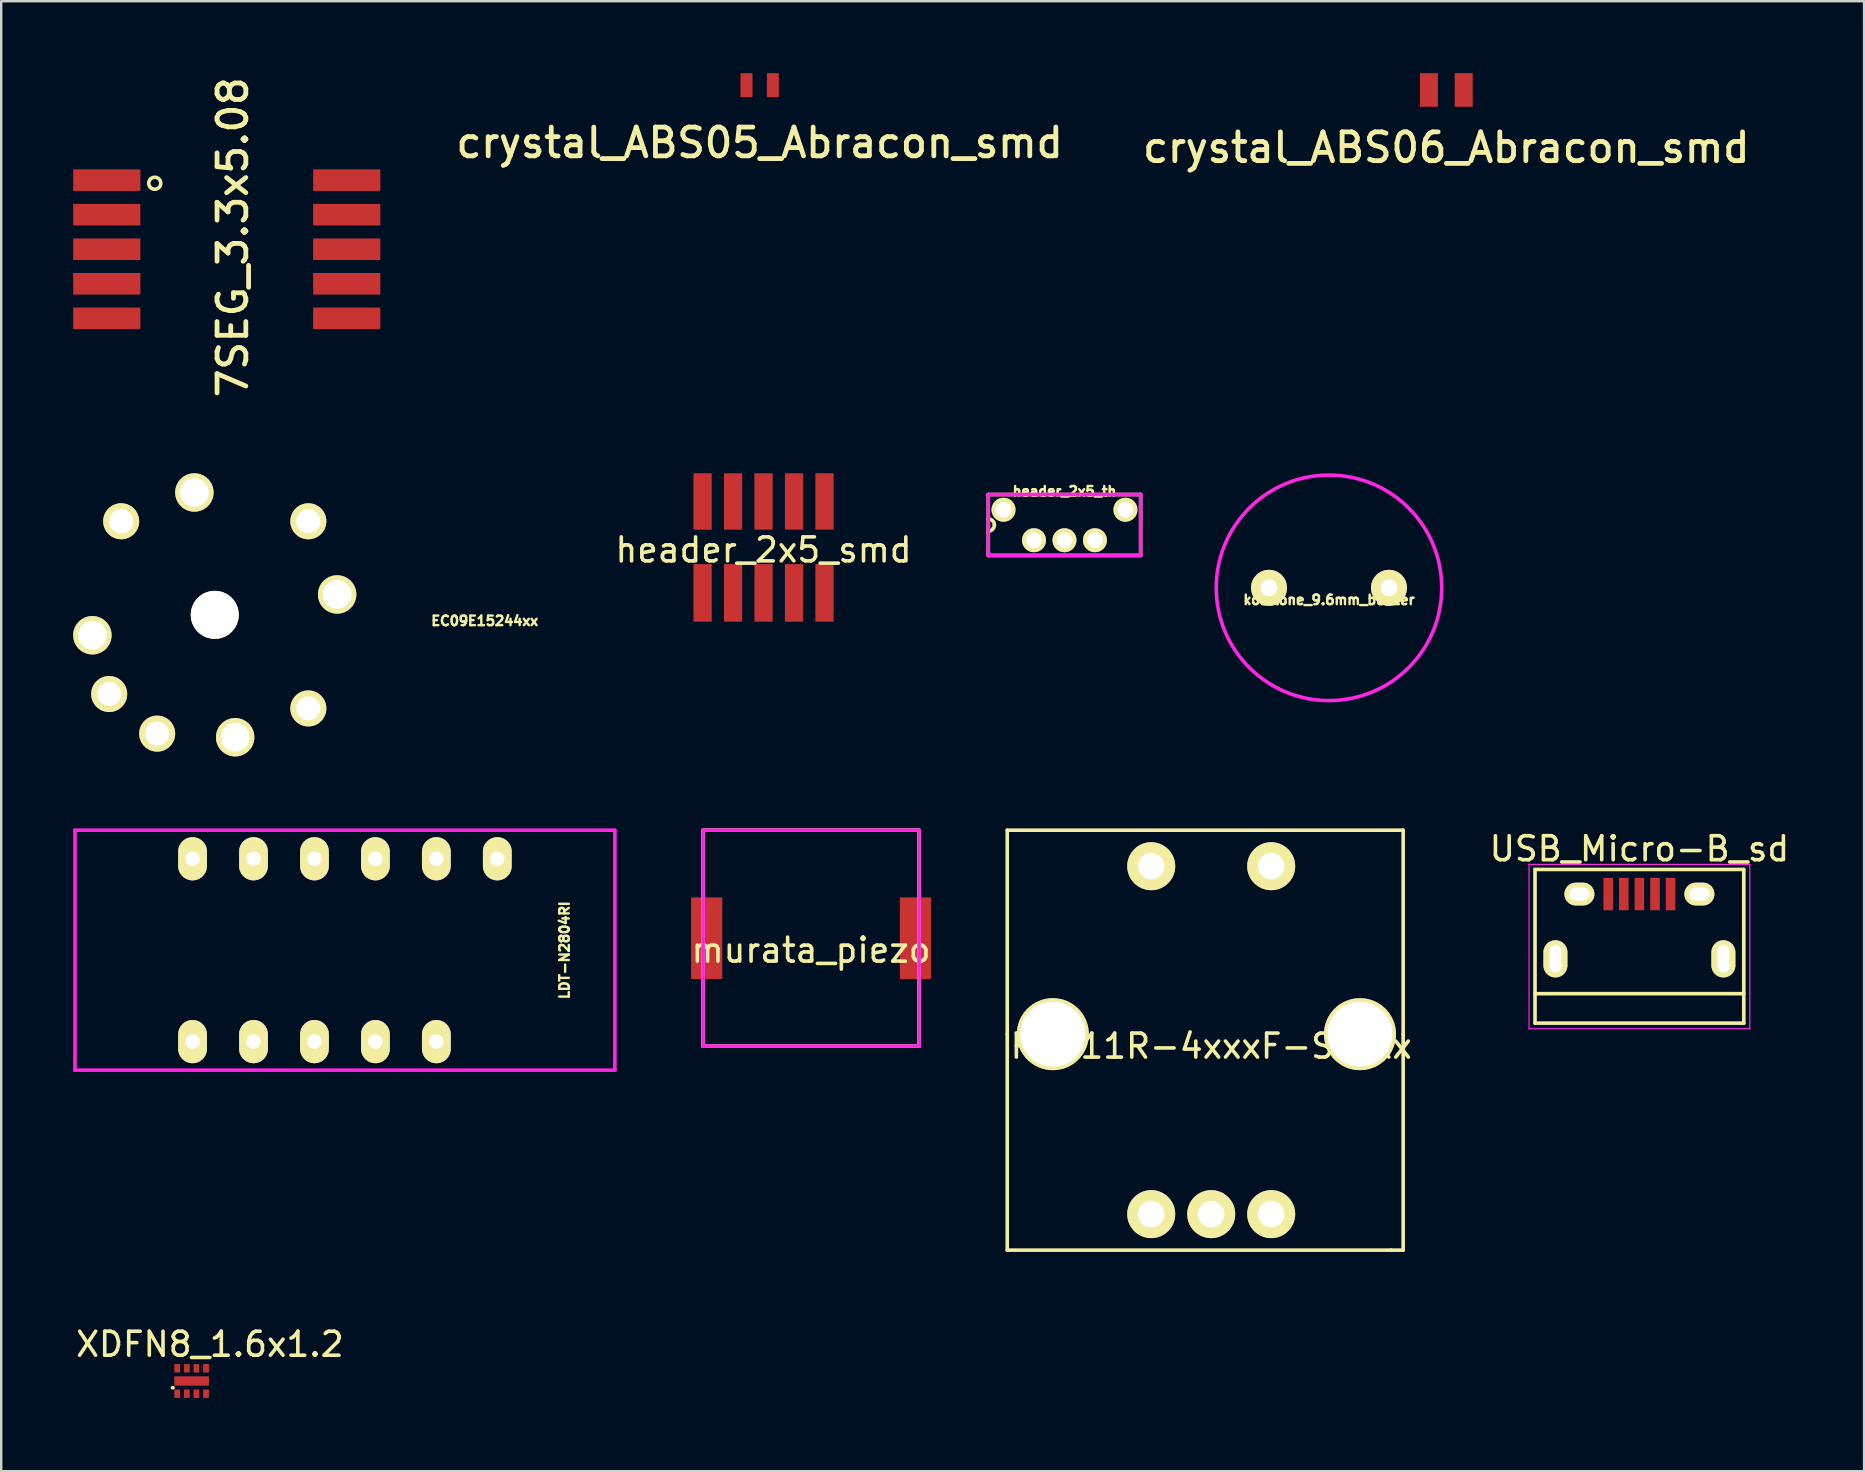
<source format=kicad_pcb>
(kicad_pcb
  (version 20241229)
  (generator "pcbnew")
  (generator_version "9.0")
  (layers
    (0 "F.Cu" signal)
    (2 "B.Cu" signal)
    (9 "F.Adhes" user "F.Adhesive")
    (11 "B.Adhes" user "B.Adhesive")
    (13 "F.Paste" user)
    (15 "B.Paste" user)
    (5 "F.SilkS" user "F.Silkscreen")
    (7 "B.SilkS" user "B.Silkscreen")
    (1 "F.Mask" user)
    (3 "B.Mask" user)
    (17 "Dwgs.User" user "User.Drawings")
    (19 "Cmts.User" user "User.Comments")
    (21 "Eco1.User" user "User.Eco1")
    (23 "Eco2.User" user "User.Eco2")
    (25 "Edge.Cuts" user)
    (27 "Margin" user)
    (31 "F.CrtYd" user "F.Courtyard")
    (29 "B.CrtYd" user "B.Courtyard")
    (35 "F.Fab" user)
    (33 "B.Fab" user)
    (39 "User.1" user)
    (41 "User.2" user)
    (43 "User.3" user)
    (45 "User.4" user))
  (footprint "7SEG_3.3x5.08"
    (layer "F.Cu")
    (at 6.4 7.337)
    (property "Reference" "7SEG_3.3x5.08" (at 0.25 -0.5 90) (layer "F.SilkS") (effects (font (size 1.2 1.2) (thickness 0.2))))
    (attr through_hole)
    (fp_circle (center -3 -2.75) (end -2.75 -2.75) (stroke (width 0.15) (type solid)) (fill no) (layer "F.SilkS"))
    (pad "1" smd rect (at -5 -2.88) (size 2.8 0.9) (layers "F.Cu" "F.Mask" "F.Paste"))
    (pad "2" smd rect (at -5 -1.44) (size 2.8 0.9) (layers "F.Cu" "F.Mask" "F.Paste"))
    (pad "3" smd rect (at -5 0) (size 2.8 0.9) (layers "F.Cu" "F.Mask" "F.Paste"))
    (pad "4" smd rect (at -5 1.44) (size 2.8 0.9) (layers "F.Cu" "F.Mask" "F.Paste"))
    (pad "5" smd rect (at -5 2.88) (size 2.8 0.9) (layers "F.Cu" "F.Mask" "F.Paste"))
    (pad "6" smd rect (at 5 2.88) (size 2.8 0.9) (layers "F.Cu" "F.Mask" "F.Paste"))
    (pad "7" smd rect (at 5 1.44) (size 2.8 0.9) (layers "F.Cu" "F.Mask" "F.Paste"))
    (pad "8" smd rect (at 5 0) (size 2.8 0.9) (layers "F.Cu" "F.Mask" "F.Paste"))
    (pad "9" smd rect (at 5 -1.44) (size 2.8 0.9) (layers "F.Cu" "F.Mask" "F.Paste"))
    (pad "10" smd rect (at 5 -2.88) (size 2.8 0.9) (layers "F.Cu" "F.Mask" "F.Paste")))
  (footprint "crystal_ABS05_Abracon_smd"
    (layer "F.Cu")
    (at 28.609 0.5)
    (property "Reference" "crystal_ABS05_Abracon_smd" (at 0 2.4 0) (layer "F.SilkS") (effects (font (size 1.2 1.2) (thickness 0.2))))
    (attr through_hole)
    (pad "1" smd rect (at -0.55 0) (size 0.5 1) (layers "F.Cu" "F.Mask" "F.Paste"))
    (pad "2" smd rect (at 0.55 0) (size 0.5 1) (layers "F.Cu" "F.Mask" "F.Paste")))
  (footprint "murata_piezo"
    (layer "F.Cu")
    (at 30.751 36.049)
    (property "Reference" "murata_piezo" (at 0 0.5 0) (layer "F.SilkS") (effects (font (size 1 1) (thickness 0.15))))
    (attr through_hole)
    (fp_line (start -4.5 -4.5) (end 4.5 -4.5) (stroke (width 0.15) (type solid)) (layer "F.SilkS"))
    (fp_line (start -4.5 4.5) (end -4.5 -4.5) (stroke (width 0.15) (type solid)) (layer "F.SilkS"))
    (fp_line (start -4.4 4.5) (end -4.5 4.5) (stroke (width 0.15) (type solid)) (layer "F.SilkS"))
    (fp_line (start 4.5 -4.5) (end 4.5 4.5) (stroke (width 0.15) (type solid)) (layer "F.SilkS"))
    (fp_line (start 4.5 4.5) (end -4.4 4.5) (stroke (width 0.15) (type solid)) (layer "F.SilkS"))
    (fp_line (start -4.5 -4.5) (end 4.5 -4.5) (stroke (width 0.15) (type solid)) (layer "F.CrtYd"))
    (fp_line (start -4.5 4.5) (end -4.5 -4.5) (stroke (width 0.15) (type solid)) (layer "F.CrtYd"))
    (fp_line (start 4.5 -4.5) (end 4.5 4.5) (stroke (width 0.15) (type solid)) (layer "F.CrtYd"))
    (fp_line (start 4.5 4.5) (end -4.5 4.5) (stroke (width 0.15) (type solid)) (layer "F.CrtYd"))
    (pad "1" smd rect (at -4.35 0) (size 1.3 3.4) (layers "F.Cu" "F.Mask" "F.Paste"))
    (pad "2" smd rect (at 4.35 0) (size 1.3 3.4) (layers "F.Cu" "F.Mask" "F.Paste")))
  (footprint "USB_Micro-B_sd"
    (layer "F.Cu")
    (at 65.273 35.773)
    (property "Reference" "USB_Micro-B_sd" (at 0 -3.45 0) (layer "F.SilkS") (effects (font (size 1 1) (thickness 0.15))))
    (attr smd)
    (fp_line (start -4.351 -2.588) (end 4.349 -2.588) (stroke (width 0.15) (type solid)) (layer "F.SilkS"))
    (fp_line (start -4.351 3.817) (end -4.351 -2.588) (stroke (width 0.15) (type solid)) (layer "F.SilkS"))
    (fp_line (start -4.351 3.817) (end 4.349 3.817) (stroke (width 0.15) (type solid)) (layer "F.SilkS"))
    (fp_line (start 4.349 -2.588) (end 4.349 3.817) (stroke (width 0.15) (type solid)) (layer "F.SilkS"))
    (fp_line (start 4.349 2.587) (end -4.351 2.587) (stroke (width 0.15) (type solid)) (layer "F.SilkS"))
    (fp_line (start -4.6 -2.8) (end 4.6 -2.8) (stroke (width 0.05) (type solid)) (layer "F.CrtYd"))
    (fp_line (start -4.6 4.05) (end -4.6 -2.8) (stroke (width 0.05) (type solid)) (layer "F.CrtYd"))
    (fp_line (start 4.6 -2.8) (end 4.6 4.05) (stroke (width 0.05) (type solid)) (layer "F.CrtYd"))
    (fp_line (start 4.6 4.05) (end -4.6 4.05) (stroke (width 0.05) (type solid)) (layer "F.CrtYd"))
    (pad "1" smd rect (at -1.301 -1.563 90) (size 1.35 0.4) (layers "F.Cu" "F.Mask" "F.Paste"))
    (pad "2" smd rect (at -0.651 -1.563 90) (size 1.35 0.4) (layers "F.Cu" "F.Mask" "F.Paste"))
    (pad "3" smd rect (at -0.001 -1.563 90) (size 1.35 0.4) (layers "F.Cu" "F.Mask" "F.Paste"))
    (pad "4" smd rect (at 0.649 -1.563 90) (size 1.35 0.4) (layers "F.Cu" "F.Mask" "F.Paste"))
    (pad "5" smd rect (at 1.299 -1.563 90) (size 1.35 0.4) (layers "F.Cu" "F.Mask" "F.Paste"))
    (pad "6" thru_hole oval (at -3.501 1.137 90) (size 1.55 1) (drill oval 1.15 0.5) (layers "*.Cu" "*.Mask" "F.SilkS"))
    (pad "6" thru_hole oval (at -2.501 -1.563 90) (size 0.95 1.25) (drill oval 0.55 0.85) (layers "*.Cu" "*.Mask" "F.SilkS"))
    (pad "6" thru_hole oval (at 2.499 -1.563 90) (size 0.95 1.25) (drill oval 0.55 0.85) (layers "*.Cu" "*.Mask" "F.SilkS"))
    (pad "6" thru_hole oval (at 3.499 1.137 90) (size 1.55 1) (drill oval 1.15 0.5) (layers "*.Cu" "*.Mask" "F.SilkS")))
  (footprint "EC09E15244xx"
    (layer "F.Cu")
    (at 5.9 22.574)
    (property "Reference" "EC09E15244xx" (at 11.25 0.25 0) (layer "F.SilkS") (effects (font (size 0.4 0.4) (thickness 0.1))))
    (attr through_hole)
    (pad "" np_thru_hole circle (at -5.1 0.85) (size 1.6 1.6) (drill 1.2) (layers "*.Cu" "*.Mask" "F.SilkS"))
    (pad "" np_thru_hole circle (at -0.85 -5.1) (size 1.6 1.6) (drill 1.2) (layers "*.Cu" "*.Mask" "F.SilkS"))
    (pad "" np_thru_hole circle (at 0 0) (size 2 2) (drill 2) (layers "*.Cu" "*.Mask" "F.SilkS"))
    (pad "" np_thru_hole circle (at 0.85 5.1) (size 1.6 1.6) (drill 1.2) (layers "*.Cu" "*.Mask" "F.SilkS"))
    (pad "" np_thru_hole circle (at 5.1 -0.85) (size 1.6 1.6) (drill 1.2) (layers "*.Cu" "*.Mask" "F.SilkS"))
    (pad "1" thru_hole circle (at 3.9 3.9) (size 1.5 1.5) (drill 1) (layers "*.Cu" "*.Mask" "F.SilkS"))
    (pad "2" thru_hole circle (at -4.4 3.3) (size 1.5 1.5) (drill 1) (layers "*.Cu" "*.Mask" "F.SilkS"))
    (pad "3" thru_hole circle (at 3.9 -3.9) (size 1.5 1.5) (drill 1) (layers "*.Cu" "*.Mask" "F.SilkS"))
    (pad "4" thru_hole circle (at -2.4 4.95) (size 1.5 1.5) (drill 1) (layers "*.Cu" "*.Mask" "F.SilkS"))
    (pad "5" thru_hole circle (at -3.9 -3.9) (size 1.5 1.5) (drill 1) (layers "*.Cu" "*.Mask" "F.SilkS")))
  (footprint "header_2x5_th"
    (layer "F.Cu")
    (at 41.312 16.924)
    (property "Reference" "header_2x5_th" (at 0 0.5 0) (layer "F.SilkS") (effects (font (size 0.4 0.4) (thickness 0.1))))
    (attr through_hole)
    (fp_line (start -3.175 0.635) (end -3.175 3.175) (stroke (width 0.15) (type solid)) (layer "F.SilkS"))
    (fp_line (start -3.175 3.175) (end 3.175 3.175) (stroke (width 0.15) (type solid)) (layer "F.SilkS"))
    (fp_line (start 3.175 0.635) (end -3.175 0.635) (stroke (width 0.15) (type solid)) (layer "F.SilkS"))
    (fp_line (start 3.175 3.175) (end 3.175 0.635) (stroke (width 0.15) (type solid)) (layer "F.SilkS"))
    (fp_arc (start -3.175 1.651) (mid -2.995395 1.725395) (end -2.921 1.905) (stroke (width 0.15) (type solid)) (layer "F.SilkS"))
    (fp_arc (start -2.921 1.905) (mid -2.995395 2.084605) (end -3.175 2.159) (stroke (width 0.15) (type solid)) (layer "F.SilkS"))
    (fp_line (start -3.175 0.635) (end -3.175 3.175) (stroke (width 0.15) (type solid)) (layer "F.CrtYd"))
    (fp_line (start -3.175 3.175) (end 3.175 3.175) (stroke (width 0.15) (type solid)) (layer "F.CrtYd"))
    (fp_line (start 3.175 0.635) (end -3.175 0.635) (stroke (width 0.15) (type solid)) (layer "F.CrtYd"))
    (fp_line (start 3.175 3.175) (end 3.175 0.635) (stroke (width 0.15) (type solid)) (layer "F.CrtYd"))
    (pad "2" thru_hole circle (at -1.27 2.54) (size 1 1) (drill 0.65) (layers "*.Cu" "*.Mask" "F.SilkS"))
    (pad "3" thru_hole circle (at 0 2.54) (size 1 1) (drill 0.65) (layers "*.Cu" "*.Mask" "F.SilkS"))
    (pad "4" thru_hole circle (at 1.27 2.54) (size 1 1) (drill 0.65) (layers "*.Cu" "*.Mask" "F.SilkS"))
    (pad "6" thru_hole circle (at 2.54 1.27) (size 1 1) (drill 0.65) (layers "*.Cu" "*.Mask" "F.SilkS"))
    (pad "10" thru_hole circle (at -2.54 1.27) (size 1 1) (drill 0.65) (layers "*.Cu" "*.Mask" "F.SilkS")))
  (footprint "XDFN8_1.6x1.2"
    (placed yes)
    (layer "F.Cu")
    (at 4.416 55.013)
    (property "Reference" "XDFN8_1.6x1.2" (at 1.28 -2.04 0) (layer "F.SilkS") (effects (font (size 1 1) (thickness 0.15))))
    (attr through_hole)
    (fp_line (start -0.279 -0.229) (end -0.254 -0.229) (stroke (width 0.15) (type solid)) (layer "F.SilkS"))
    (pad "1" smd rect (at -0.08 -0.01) (size 0.24 0.35) (drill (offset 0 0.03)) (layers "F.Cu" "F.Mask" "F.Paste"))
    (pad "2" smd rect (at 0.32 -0.01) (size 0.24 0.35) (drill (offset 0 0.03)) (layers "F.Cu" "F.Mask" "F.Paste"))
    (pad "3" smd rect (at 0.72 -0.01) (size 0.24 0.35) (drill (offset 0 0.03)) (layers "F.Cu" "F.Mask" "F.Paste"))
    (pad "4" smd rect (at 1.12 -0.01) (size 0.24 0.35) (drill (offset 0 0.03)) (layers "F.Cu" "F.Mask" "F.Paste"))
    (pad "5" smd rect (at 1.12 -1.01) (size 0.24 0.35) (drill (offset 0 -0.03)) (layers "F.Cu" "F.Mask" "F.Paste"))
    (pad "6" smd rect (at 0.72 -1.01) (size 0.24 0.35) (drill (offset 0 -0.03)) (layers "F.Cu" "F.Mask" "F.Paste"))
    (pad "7" smd rect (at 0.32 -1.01) (size 0.24 0.35) (drill (offset 0 -0.03)) (layers "F.Cu" "F.Mask" "F.Paste"))
    (pad "8" smd rect (at -0.08 -1.01) (size 0.24 0.35) (drill (offset 0 -0.03)) (layers "F.Cu" "F.Mask" "F.Paste"))
    (pad "9" smd rect (at 0.52 -0.5) (size 1.44 0.39) (drill (offset 0 -0.01)) (layers "F.Cu" "F.Mask" "F.Paste")))
  (footprint "header_2x5_smd"
    (layer "F.Cu")
    (at 28.771 19.119)
    (property "Reference" "header_2x5_smd" (at 0 0.75 0) (layer "F.SilkS") (effects (font (size 1 1) (thickness 0.15))))
    (attr through_hole)
    (pad "1" smd rect (at -2.54 2.54) (size 0.76 2.4) (layers "F.Cu" "F.Mask" "F.Paste"))
    (pad "2" smd rect (at -1.27 2.54) (size 0.76 2.4) (layers "F.Cu" "F.Mask" "F.Paste"))
    (pad "3" smd rect (at 0 2.54) (size 0.76 2.4) (layers "F.Cu" "F.Mask" "F.Paste"))
    (pad "4" smd rect (at 1.27 2.54) (size 0.76 2.4) (layers "F.Cu" "F.Mask" "F.Paste"))
    (pad "5" smd rect (at 2.54 2.54) (size 0.76 2.4) (layers "F.Cu" "F.Mask" "F.Paste"))
    (pad "7" smd rect (at -2.54 -1.27) (size 0.76 2.35) (layers "F.Cu" "F.Mask" "F.Paste"))
    (pad "8" smd rect (at -1.27 -1.27) (size 0.76 2.35) (layers "F.Cu" "F.Mask" "F.Paste"))
    (pad "9" smd rect (at 0 -1.27) (size 0.76 2.35) (layers "F.Cu" "F.Mask" "F.Paste"))
    (pad "10" smd rect (at 1.27 -1.27) (size 0.76 2.35) (layers "F.Cu" "F.Mask" "F.Paste"))
    (pad "11" smd rect (at 2.54 -1.27) (size 0.76 2.35) (layers "F.Cu" "F.Mask" "F.Paste")))
  (footprint "LDT-N2804RI"
    (layer "F.Cu")
    (at 10.45 36.674)
    (property "Reference" "LDT-N2804RI" (at 10.025 -0.125 90) (layer "F.SilkS") (effects (font (size 0.4 0.4) (thickness 0.1))))
    (attr through_hole)
    (fp_line (start -10.375 -5.125) (end 12.125 -5.125) (stroke (width 0.15) (type solid)) (layer "F.CrtYd"))
    (fp_line (start -10.375 4.875) (end -10.375 -5.125) (stroke (width 0.15) (type solid)) (layer "F.CrtYd"))
    (fp_line (start 12.125 -5.125) (end 12.125 4.875) (stroke (width 0.15) (type solid)) (layer "F.CrtYd"))
    (fp_line (start 12.125 4.875) (end -10.375 4.875) (stroke (width 0.15) (type solid)) (layer "F.CrtYd"))
    (pad "1" thru_hole oval (at -5.475 3.685 90) (size 1.8 1.2) (drill 0.6) (layers "*.Cu" "*.Mask" "F.SilkS"))
    (pad "2" thru_hole oval (at -2.935 3.685 90) (size 1.8 1.2) (drill 0.6) (layers "*.Cu" "*.Mask" "F.SilkS"))
    (pad "3" thru_hole oval (at -0.395 3.685 90) (size 1.8 1.2) (drill 0.6) (layers "*.Cu" "*.Mask" "F.SilkS"))
    (pad "4" thru_hole oval (at 2.145 3.685 90) (size 1.8 1.2) (drill 0.6) (layers "*.Cu" "*.Mask" "F.SilkS"))
    (pad "5" thru_hole oval (at 4.685 3.685 90) (size 1.8 1.2) (drill 0.6) (layers "*.Cu" "*.Mask" "F.SilkS"))
    (pad "7" thru_hole oval (at 7.225 -3.935 90) (size 1.8 1.2) (drill 0.6) (layers "*.Cu" "*.Mask" "F.SilkS"))
    (pad "8" thru_hole oval (at 4.685 -3.935 90) (size 1.8 1.2) (drill 0.6) (layers "*.Cu" "*.Mask" "F.SilkS"))
    (pad "9" thru_hole oval (at 2.145 -3.935 90) (size 1.8 1.2) (drill 0.6) (layers "*.Cu" "*.Mask" "F.SilkS"))
    (pad "10" thru_hole oval (at -0.395 -3.935 90) (size 1.8 1.2) (drill 0.6) (layers "*.Cu" "*.Mask" "F.SilkS"))
    (pad "11" thru_hole oval (at -2.935 -3.935 90) (size 1.8 1.2) (drill 0.6) (layers "*.Cu" "*.Mask" "F.SilkS"))
    (pad "12" thru_hole oval (at -5.475 -3.935 90) (size 1.8 1.2) (drill 0.6) (layers "*.Cu" "*.Mask" "F.SilkS")))
  (footprint "PEC11R-4xxxF-Sxxxx"
    (layer "F.Cu")
    (at 47.427 40.049)
    (property "Reference" "PEC11R-4xxxF-Sxxxx" (at 0 0.5 0) (layer "F.SilkS") (effects (font (size 1 1) (thickness 0.15))))
    (attr through_hole)
    (fp_line (start -8.5 -8.5) (end 8 -8.5) (stroke (width 0.15) (type solid)) (layer "F.SilkS"))
    (fp_line (start -8.5 0) (end -8.5 -8.5) (stroke (width 0.15) (type solid)) (layer "F.SilkS"))
    (fp_line (start -8.5 0) (end -8.5 9) (stroke (width 0.15) (type solid)) (layer "F.SilkS"))
    (fp_line (start -8.5 9) (end 7.5 9) (stroke (width 0.15) (type solid)) (layer "F.SilkS"))
    (fp_line (start 8 -8.5) (end 8 0) (stroke (width 0.15) (type solid)) (layer "F.SilkS"))
    (fp_line (start 8 0) (end 8 9) (stroke (width 0.15) (type solid)) (layer "F.SilkS"))
    (fp_line (start 8 9) (end 7.5 9) (stroke (width 0.15) (type solid)) (layer "F.SilkS"))
    (pad "" np_thru_hole circle (at -6.6 0) (size 3 3) (drill 2.7) (layers "*.Cu" "*.Mask" "F.SilkS"))
    (pad "" np_thru_hole circle (at 6.2 0) (size 3 3) (drill 2.7) (layers "*.Cu" "*.Mask" "F.SilkS"))
    (pad "1" thru_hole circle (at -2.5 7.5) (size 2 2) (drill 1.1) (layers "*.Cu" "*.Mask" "F.SilkS"))
    (pad "2" thru_hole circle (at 0 7.5) (size 2 2) (drill 1.1) (layers "*.Cu" "*.Mask" "F.SilkS"))
    (pad "3" thru_hole circle (at 2.5 7.5) (size 2 2) (drill 1.1) (layers "*.Cu" "*.Mask" "F.SilkS"))
    (pad "4" thru_hole circle (at -2.5 -7) (size 2 2) (drill 1.1) (layers "*.Cu" "*.Mask" "F.SilkS"))
    (pad "5" thru_hole circle (at 2.5 -7) (size 2 2) (drill 1.1) (layers "*.Cu" "*.Mask" "F.SilkS")))
  (footprint "crystal_ABS06_Abracon_smd"
    (layer "F.Cu")
    (at 57.226 0.7)
    (property "Reference" "crystal_ABS06_Abracon_smd" (at 0 2.4 0) (layer "F.SilkS") (effects (font (size 1.2 1.2) (thickness 0.2))))
    (attr through_hole)
    (pad "1" smd rect (at -0.725 0) (size 0.75 1.4) (layers "F.Cu" "F.Mask" "F.Paste"))
    (pad "2" smd rect (at 0.725 0) (size 0.75 1.4) (layers "F.Cu" "F.Mask" "F.Paste")))
  (footprint "kobitone_9.6mm_buzzer"
    (layer "F.Cu")
    (at 52.336 21.448)
    (property "Reference" "kobitone_9.6mm_buzzer" (at 0 0.5 0) (layer "F.SilkS") (effects (font (size 0.4 0.4) (thickness 0.1))))
    (attr through_hole)
    (fp_circle (center 0 0) (end 0 -4.699) (stroke (width 0.15) (type solid)) (fill no) (layer "F.CrtYd"))
    (pad "1" thru_hole circle (at -2.5 0) (size 1.5 1.5) (drill 0.7) (layers "*.Cu" "*.Mask" "F.SilkS"))
    (pad "2" thru_hole circle (at 2.5 0) (size 1.5 1.5) (drill 0.7) (layers "*.Cu" "*.Mask" "F.SilkS")))
  (gr_rect
    (start -3 -3)
    (end 74.636 58.263)
    (stroke (width 0.1) (type default))
    (fill no)
    (layer "Edge.Cuts")))
</source>
